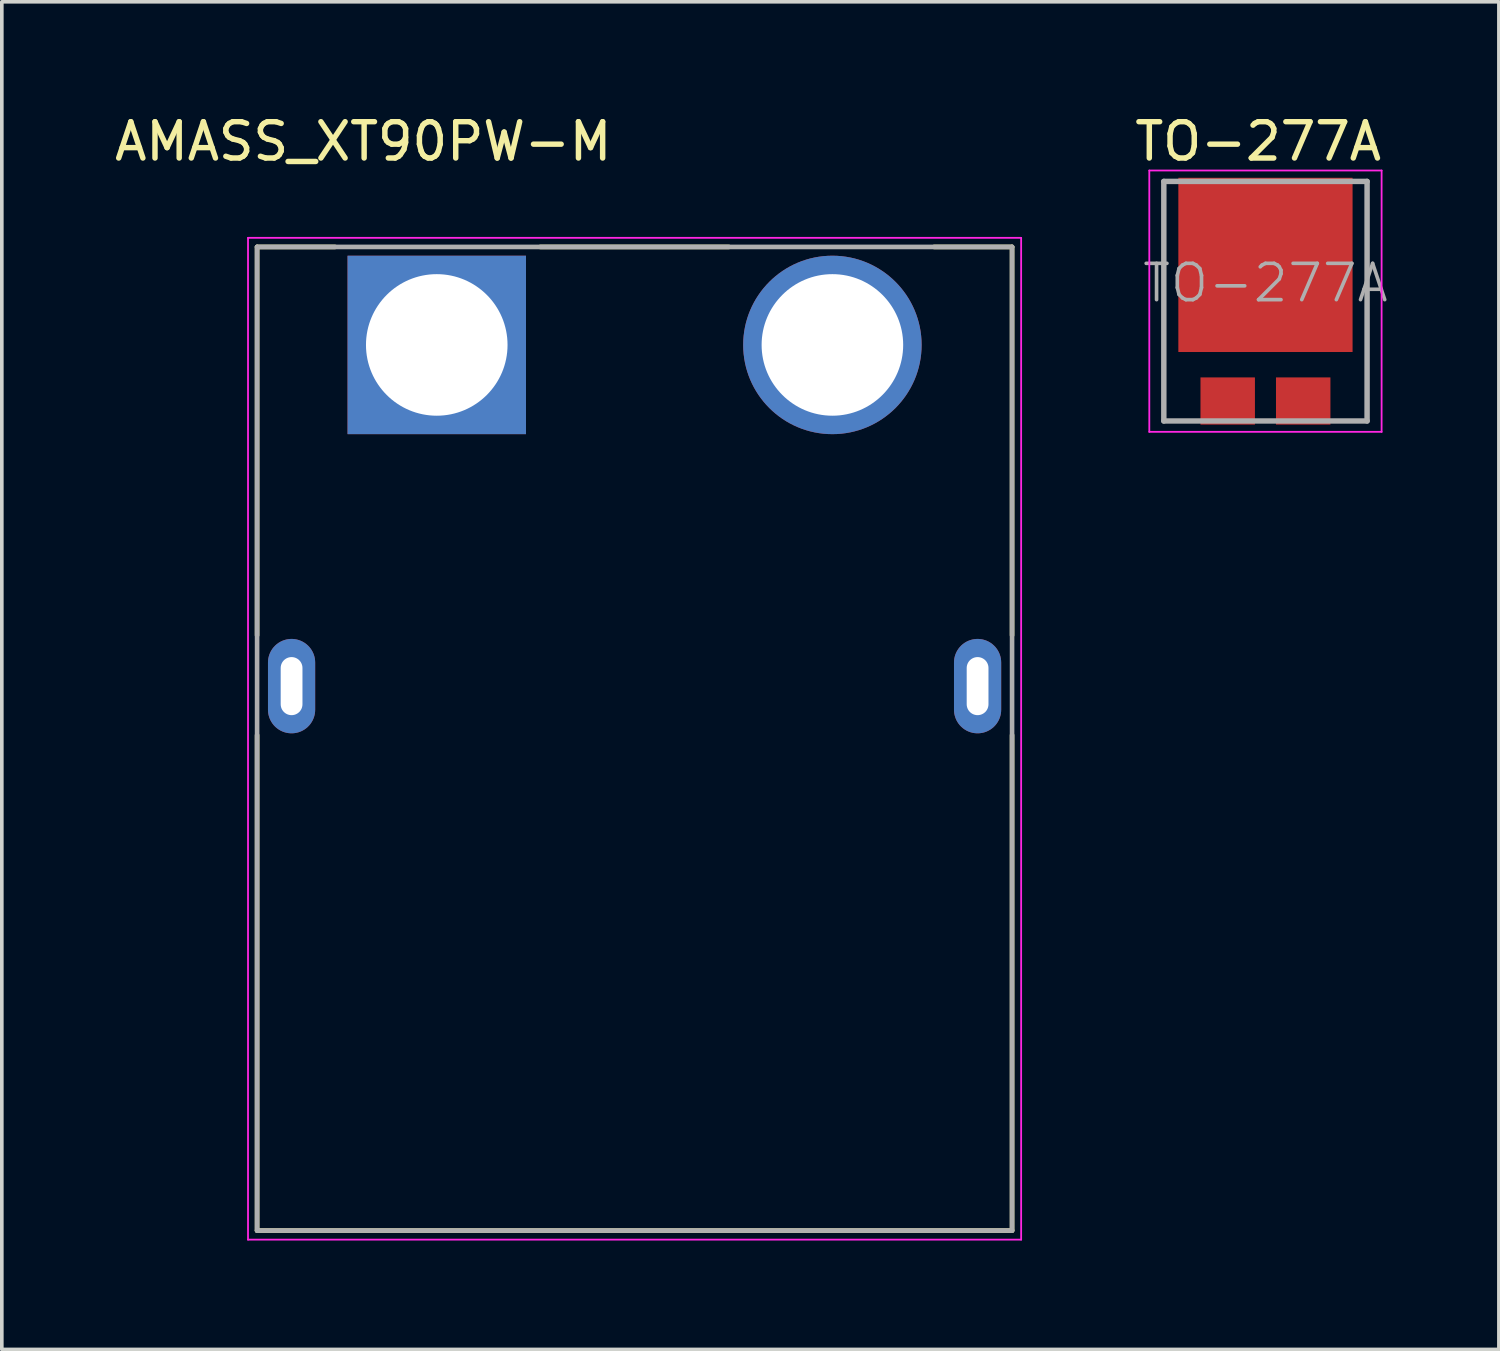
<source format=kicad_pcb>
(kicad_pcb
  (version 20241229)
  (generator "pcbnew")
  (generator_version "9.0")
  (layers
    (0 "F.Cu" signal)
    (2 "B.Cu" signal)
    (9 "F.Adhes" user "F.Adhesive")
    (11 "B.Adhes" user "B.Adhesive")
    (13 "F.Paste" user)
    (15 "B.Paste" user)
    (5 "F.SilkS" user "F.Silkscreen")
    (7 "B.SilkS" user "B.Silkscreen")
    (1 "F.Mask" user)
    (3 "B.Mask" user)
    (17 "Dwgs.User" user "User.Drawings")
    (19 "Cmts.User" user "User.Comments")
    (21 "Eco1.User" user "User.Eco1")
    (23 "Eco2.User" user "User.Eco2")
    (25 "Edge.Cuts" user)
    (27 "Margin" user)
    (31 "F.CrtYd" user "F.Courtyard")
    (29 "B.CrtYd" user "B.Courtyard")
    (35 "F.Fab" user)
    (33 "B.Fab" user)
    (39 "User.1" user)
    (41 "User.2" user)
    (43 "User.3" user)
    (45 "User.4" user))
  (footprint "TO-277A"
    (layer "F.Cu")
    (at 31.814 5.248)
    (property "Reference" "TO-277A" (at -0.2 -4.4 180) (layer "F.SilkS") (effects (font (size 1 1) (thickness 0.15))))
    (attr smd)
    (fp_line (start -3.2 -3.6) (end -3.2 3.6) (stroke (width 0.05) (type solid)) (layer "F.CrtYd"))
    (fp_line (start -3.2 -3.6) (end 3.2 -3.6) (stroke (width 0.05) (type solid)) (layer "F.CrtYd"))
    (fp_line (start -3.2 3.6) (end 3.2 3.6) (stroke (width 0.05) (type solid)) (layer "F.CrtYd"))
    (fp_line (start 3.2 -3.6) (end 3.2 3.6) (stroke (width 0.05) (type solid)) (layer "F.CrtYd"))
    (fp_line (start -2.8 -3.3) (end -2.8 3.3) (stroke (width 0.15) (type solid)) (layer "F.Fab"))
    (fp_line (start -2.8 3.3) (end 2.8 3.3) (stroke (width 0.15) (type solid)) (layer "F.Fab"))
    (fp_line (start 2.8 -3.3) (end -2.8 -3.3) (stroke (width 0.15) (type solid)) (layer "F.Fab"))
    (fp_line (start 2.8 3.3) (end 2.8 -3.3) (stroke (width 0.15) (type solid)) (layer "F.Fab"))
    (fp_text user "${REFERENCE}" (at 0 -0.5 0) (layer "F.Fab") (effects (font (size 1 1) (thickness 0.1))))
    (pad "1" smd rect (at 0 -1) (size 4.8 4.8) (layers "F.Cu" "F.Mask" "F.Paste"))
    (pad "2" smd rect (at -1.04 2.75) (size 1.5 1.3) (layers "F.Cu" "F.Mask" "F.Paste"))
    (pad "2" smd rect (at 1.04 2.75) (size 1.5 1.3) (layers "F.Cu" "F.Mask" "F.Paste")))
  (footprint "AMASS_XT90PW-M"
    (layer "F.Cu")
    (at 14.433 15.853)
    (property "Reference" "AMASS_XT90PW-M" (at -7.475 -15.005 0) (layer "F.SilkS") (effects (font (size 1 1) (thickness 0.15))))
    (attr through_hole)
    (fp_line (start -10.4 -12.1) (end -10.4 -1.4) (stroke (width 0.127) (type solid)) (layer "F.SilkS"))
    (fp_line (start -10.4 1.35) (end -10.4 15) (stroke (width 0.127) (type solid)) (layer "F.SilkS"))
    (fp_line (start -10.4 15) (end 10.4 15) (stroke (width 0.127) (type solid)) (layer "F.SilkS"))
    (fp_line (start -8.25 -12.1) (end -10.4 -12.1) (stroke (width 0.127) (type solid)) (layer "F.SilkS"))
    (fp_line (start -2.6 -12.1) (end 2.6 -12.1) (stroke (width 0.127) (type solid)) (layer "F.SilkS"))
    (fp_line (start 10.4 -12.1) (end 8.25 -12.1) (stroke (width 0.127) (type solid)) (layer "F.SilkS"))
    (fp_line (start 10.4 -1.4) (end 10.4 -12.1) (stroke (width 0.127) (type solid)) (layer "F.SilkS"))
    (fp_line (start 10.4 15) (end 10.4 1.35) (stroke (width 0.127) (type solid)) (layer "F.SilkS"))
    (fp_line (start -10.65 -12.35) (end 10.65 -12.35) (stroke (width 0.05) (type solid)) (layer "F.CrtYd"))
    (fp_line (start -10.65 15.25) (end -10.65 -12.35) (stroke (width 0.05) (type solid)) (layer "F.CrtYd"))
    (fp_line (start 10.65 -12.35) (end 10.65 15.25) (stroke (width 0.05) (type solid)) (layer "F.CrtYd"))
    (fp_line (start 10.65 15.25) (end -10.65 15.25) (stroke (width 0.05) (type solid)) (layer "F.CrtYd"))
    (fp_line (start -10.4 -12.1) (end 10.4 -12.1) (stroke (width 0.127) (type solid)) (layer "F.Fab"))
    (fp_line (start -10.4 15) (end -10.4 -12.1) (stroke (width 0.127) (type solid)) (layer "F.Fab"))
    (fp_line (start 10.4 -12.1) (end 10.4 15) (stroke (width 0.127) (type solid)) (layer "F.Fab"))
    (fp_line (start 10.4 15) (end -10.4 15) (stroke (width 0.127) (type solid)) (layer "F.Fab"))
    (pad "N" thru_hole circle (at 5.45 -9.4) (size 4.916 4.916) (drill 3.9) (layers "*.Cu" "*.Mask"))
    (pad "P" thru_hole rect (at -5.45 -9.4) (size 4.916 4.916) (drill 3.9) (layers "*.Cu" "*.Mask"))
    (pad "S1" thru_hole oval (at -9.45 0) (size 1.3 2.6) (drill oval 0.6 1.6) (layers "*.Cu" "*.Mask"))
    (pad "S2" thru_hole oval (at 9.45 0) (size 1.3 2.6) (drill oval 0.6 1.6) (layers "*.Cu" "*.Mask")))
  (gr_rect
    (start -3 -3)
    (end 38.245 34.128)
    (stroke (width 0.1) (type default))
    (fill no)
    (layer "Edge.Cuts")))
</source>
